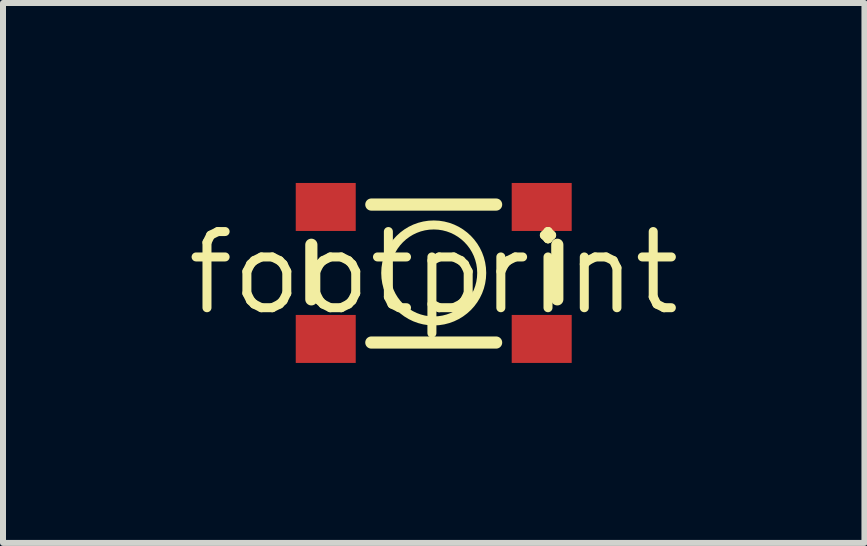
<source format=kicad_pcb>
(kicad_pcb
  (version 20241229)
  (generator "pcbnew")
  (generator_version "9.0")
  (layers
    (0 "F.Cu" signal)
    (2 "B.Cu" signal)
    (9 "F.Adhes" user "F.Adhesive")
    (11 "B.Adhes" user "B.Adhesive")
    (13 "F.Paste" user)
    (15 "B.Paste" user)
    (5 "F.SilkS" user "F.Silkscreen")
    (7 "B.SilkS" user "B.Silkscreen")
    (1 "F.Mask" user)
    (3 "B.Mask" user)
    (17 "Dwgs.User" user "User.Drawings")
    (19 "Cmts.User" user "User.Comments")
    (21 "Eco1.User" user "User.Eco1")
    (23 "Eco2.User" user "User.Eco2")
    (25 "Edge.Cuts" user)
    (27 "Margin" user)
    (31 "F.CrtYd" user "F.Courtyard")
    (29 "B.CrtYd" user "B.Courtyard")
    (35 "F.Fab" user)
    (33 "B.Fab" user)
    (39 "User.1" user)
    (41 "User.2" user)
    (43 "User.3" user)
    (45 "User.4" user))
  (footprint "footprint"
    (layer "F.Cu")
    (at 4.18 1.5)
    (property "Reference" "footprint" (at 0 0 0) (layer "F.SilkS") (effects (font (size 1.27 1.27) (thickness 0.15))))
    (fp_line (start -2.04 0.44) (end -2.04 -0.47) (stroke (width 0.203) (type solid)) (layer "F.SilkS"))
    (fp_line (start -1.04 -1.14) (end 1.04 -1.14) (stroke (width 0.203) (type solid)) (layer "F.SilkS"))
    (fp_line (start -1.04 1.16) (end 1.04 1.16) (stroke (width 0.203) (type solid)) (layer "F.SilkS"))
    (fp_line (start 2.06 0.44) (end 2.06 -0.47) (stroke (width 0.203) (type solid)) (layer "F.SilkS"))
    (fp_circle (center 0 0) (end 0.8 0) (stroke (width 0.15) (type solid)) (fill no) (layer "F.SilkS"))
    (pad "1" smd rect (at -1.8 -1.1 90) (size 0.8 1) (layers "F.Cu" "F.Mask" "F.Paste"))
    (pad "2" smd rect (at 1.8 -1.1 90) (size 0.8 1) (layers "F.Cu" "F.Mask" "F.Paste"))
    (pad "3" smd rect (at -1.8 1.1 90) (size 0.8 1) (layers "F.Cu" "F.Mask" "F.Paste"))
    (pad "4" smd rect (at 1.8 1.1 90) (size 0.8 1) (layers "F.Cu" "F.Mask" "F.Paste")))
  (gr_rect
    (start -3 -3)
    (end 11.36 6)
    (stroke (width 0.1) (type default))
    (fill no)
    (layer "Edge.Cuts")))
</source>
